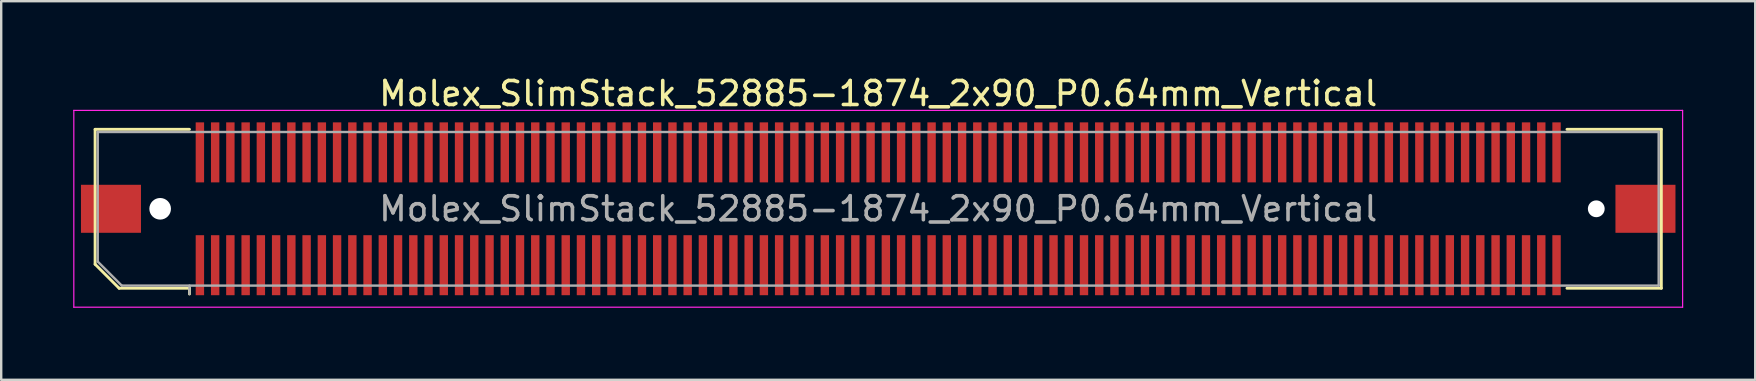
<source format=kicad_pcb>
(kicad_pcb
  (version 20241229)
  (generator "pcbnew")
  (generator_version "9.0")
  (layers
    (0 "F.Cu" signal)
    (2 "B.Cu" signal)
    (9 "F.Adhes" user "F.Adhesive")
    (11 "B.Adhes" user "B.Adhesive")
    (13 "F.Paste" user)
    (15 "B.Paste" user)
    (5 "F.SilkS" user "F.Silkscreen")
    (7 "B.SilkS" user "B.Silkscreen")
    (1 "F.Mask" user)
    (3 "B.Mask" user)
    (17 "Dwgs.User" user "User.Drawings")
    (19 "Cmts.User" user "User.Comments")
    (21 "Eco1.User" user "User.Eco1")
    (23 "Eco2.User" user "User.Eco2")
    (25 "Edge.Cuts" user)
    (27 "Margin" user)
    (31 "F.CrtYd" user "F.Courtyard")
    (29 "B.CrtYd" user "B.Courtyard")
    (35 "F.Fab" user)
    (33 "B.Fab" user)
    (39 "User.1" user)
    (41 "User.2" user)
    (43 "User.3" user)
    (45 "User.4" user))
  (footprint "Molex_SlimStack_52885-1874_2x90_P0.64mm_Vertical"
    (layer "F.Cu")
    (at 33.535 5.648)
    (property "Reference" "Molex_SlimStack_52885-1874_2x90_P0.64mm_Vertical" (at 0 -4.8 0) (layer "F.SilkS") (effects (font (size 1 1) (thickness 0.15))))
    (attr smd)
    (fp_line (start -32.623 -3.31) (end -28.692 -3.31) (stroke (width 0.12) (type solid)) (layer "F.SilkS"))
    (fp_line (start -32.623 2.31) (end -32.623 -3.31) (stroke (width 0.12) (type solid)) (layer "F.SilkS"))
    (fp_line (start -31.622 3.31) (end -32.623 2.31) (stroke (width 0.12) (type solid)) (layer "F.SilkS"))
    (fp_line (start -28.692 3.31) (end -31.622 3.31) (stroke (width 0.12) (type solid)) (layer "F.SilkS"))
    (fp_line (start -28.692 3.55) (end -28.692 3.31) (stroke (width 0.12) (type solid)) (layer "F.SilkS"))
    (fp_line (start 28.692 3.31) (end 32.623 3.31) (stroke (width 0.12) (type solid)) (layer "F.SilkS"))
    (fp_line (start 32.623 -3.31) (end 28.692 -3.31) (stroke (width 0.12) (type solid)) (layer "F.SilkS"))
    (fp_line (start 32.623 3.31) (end 32.623 -3.31) (stroke (width 0.12) (type solid)) (layer "F.SilkS"))
    (fp_line (start -33.51 -4.1) (end -33.51 4.1) (stroke (width 0.05) (type solid)) (layer "F.CrtYd"))
    (fp_line (start -33.51 4.1) (end 33.51 4.1) (stroke (width 0.05) (type solid)) (layer "F.CrtYd"))
    (fp_line (start 33.51 -4.1) (end -33.51 -4.1) (stroke (width 0.05) (type solid)) (layer "F.CrtYd"))
    (fp_line (start 33.51 4.1) (end 33.51 -4.1) (stroke (width 0.05) (type solid)) (layer "F.CrtYd"))
    (fp_line (start -32.513 -3.2) (end -32.513 2.2) (stroke (width 0.1) (type solid)) (layer "F.Fab"))
    (fp_line (start -32.513 2.2) (end -31.512 3.2) (stroke (width 0.1) (type solid)) (layer "F.Fab"))
    (fp_line (start -31.512 3.2) (end 32.513 3.2) (stroke (width 0.1) (type solid)) (layer "F.Fab"))
    (fp_line (start -28.692 3.2) (end -28.692 3.55) (stroke (width 0.1) (type solid)) (layer "F.Fab"))
    (fp_line (start 32.513 -3.2) (end -32.513 -3.2) (stroke (width 0.1) (type solid)) (layer "F.Fab"))
    (fp_line (start 32.513 3.2) (end 32.513 -3.2) (stroke (width 0.1) (type solid)) (layer "F.Fab"))
    (fp_text user "${REFERENCE}" (at 0 0 0) (layer "F.Fab") (effects (font (size 1 1) (thickness 0.15))))
    (pad "" smd rect (at -31.962 0) (size 2.5 2) (layers "F.Cu" "F.Mask" "F.Paste"))
    (pad "" np_thru_hole circle (at -29.913 0) (size 0.9 0.9) (drill 0.9) (layers "*.Cu" "*.Mask"))
    (pad "" np_thru_hole circle (at 29.913 0) (size 0.7 0.7) (drill 0.7) (layers "*.Cu" "*.Mask"))
    (pad "" smd rect (at 31.962 0) (size 2.5 2) (layers "F.Cu" "F.Mask" "F.Paste"))
    (pad "1" smd rect (at -28.258 2.35) (size 0.35 2.5) (layers "F.Cu" "F.Mask" "F.Paste"))
    (pad "2" smd rect (at -28.258 -2.35) (size 0.35 2.5) (layers "F.Cu" "F.Mask" "F.Paste"))
    (pad "3" smd rect (at -27.622 2.35) (size 0.35 2.5) (layers "F.Cu" "F.Mask" "F.Paste"))
    (pad "4" smd rect (at -27.622 -2.35) (size 0.35 2.5) (layers "F.Cu" "F.Mask" "F.Paste"))
    (pad "5" smd rect (at -26.988 2.35) (size 0.35 2.5) (layers "F.Cu" "F.Mask" "F.Paste"))
    (pad "6" smd rect (at -26.988 -2.35) (size 0.35 2.5) (layers "F.Cu" "F.Mask" "F.Paste"))
    (pad "7" smd rect (at -26.352 2.35) (size 0.35 2.5) (layers "F.Cu" "F.Mask" "F.Paste"))
    (pad "8" smd rect (at -26.352 -2.35) (size 0.35 2.5) (layers "F.Cu" "F.Mask" "F.Paste"))
    (pad "9" smd rect (at -25.718 2.35) (size 0.35 2.5) (layers "F.Cu" "F.Mask" "F.Paste"))
    (pad "10" smd rect (at -25.718 -2.35) (size 0.35 2.5) (layers "F.Cu" "F.Mask" "F.Paste"))
    (pad "11" smd rect (at -25.082 2.35) (size 0.35 2.5) (layers "F.Cu" "F.Mask" "F.Paste"))
    (pad "12" smd rect (at -25.082 -2.35) (size 0.35 2.5) (layers "F.Cu" "F.Mask" "F.Paste"))
    (pad "13" smd rect (at -24.448 2.35) (size 0.35 2.5) (layers "F.Cu" "F.Mask" "F.Paste"))
    (pad "14" smd rect (at -24.448 -2.35) (size 0.35 2.5) (layers "F.Cu" "F.Mask" "F.Paste"))
    (pad "15" smd rect (at -23.812 2.35) (size 0.35 2.5) (layers "F.Cu" "F.Mask" "F.Paste"))
    (pad "16" smd rect (at -23.812 -2.35) (size 0.35 2.5) (layers "F.Cu" "F.Mask" "F.Paste"))
    (pad "17" smd rect (at -23.177 2.35) (size 0.35 2.5) (layers "F.Cu" "F.Mask" "F.Paste"))
    (pad "18" smd rect (at -23.177 -2.35) (size 0.35 2.5) (layers "F.Cu" "F.Mask" "F.Paste"))
    (pad "19" smd rect (at -22.543 2.35) (size 0.35 2.5) (layers "F.Cu" "F.Mask" "F.Paste"))
    (pad "20" smd rect (at -22.543 -2.35) (size 0.35 2.5) (layers "F.Cu" "F.Mask" "F.Paste"))
    (pad "21" smd rect (at -21.907 2.35) (size 0.35 2.5) (layers "F.Cu" "F.Mask" "F.Paste"))
    (pad "22" smd rect (at -21.907 -2.35) (size 0.35 2.5) (layers "F.Cu" "F.Mask" "F.Paste"))
    (pad "23" smd rect (at -21.273 2.35) (size 0.35 2.5) (layers "F.Cu" "F.Mask" "F.Paste"))
    (pad "24" smd rect (at -21.273 -2.35) (size 0.35 2.5) (layers "F.Cu" "F.Mask" "F.Paste"))
    (pad "25" smd rect (at -20.637 2.35) (size 0.35 2.5) (layers "F.Cu" "F.Mask" "F.Paste"))
    (pad "26" smd rect (at -20.637 -2.35) (size 0.35 2.5) (layers "F.Cu" "F.Mask" "F.Paste"))
    (pad "27" smd rect (at -20.003 2.35) (size 0.35 2.5) (layers "F.Cu" "F.Mask" "F.Paste"))
    (pad "28" smd rect (at -20.003 -2.35) (size 0.35 2.5) (layers "F.Cu" "F.Mask" "F.Paste"))
    (pad "29" smd rect (at -19.367 2.35) (size 0.35 2.5) (layers "F.Cu" "F.Mask" "F.Paste"))
    (pad "30" smd rect (at -19.367 -2.35) (size 0.35 2.5) (layers "F.Cu" "F.Mask" "F.Paste"))
    (pad "31" smd rect (at -18.733 2.35) (size 0.35 2.5) (layers "F.Cu" "F.Mask" "F.Paste"))
    (pad "32" smd rect (at -18.733 -2.35) (size 0.35 2.5) (layers "F.Cu" "F.Mask" "F.Paste"))
    (pad "33" smd rect (at -18.098 2.35) (size 0.35 2.5) (layers "F.Cu" "F.Mask" "F.Paste"))
    (pad "34" smd rect (at -18.098 -2.35) (size 0.35 2.5) (layers "F.Cu" "F.Mask" "F.Paste"))
    (pad "35" smd rect (at -17.462 2.35) (size 0.35 2.5) (layers "F.Cu" "F.Mask" "F.Paste"))
    (pad "36" smd rect (at -17.462 -2.35) (size 0.35 2.5) (layers "F.Cu" "F.Mask" "F.Paste"))
    (pad "37" smd rect (at -16.828 2.35) (size 0.35 2.5) (layers "F.Cu" "F.Mask" "F.Paste"))
    (pad "38" smd rect (at -16.828 -2.35) (size 0.35 2.5) (layers "F.Cu" "F.Mask" "F.Paste"))
    (pad "39" smd rect (at -16.192 2.35) (size 0.35 2.5) (layers "F.Cu" "F.Mask" "F.Paste"))
    (pad "40" smd rect (at -16.192 -2.35) (size 0.35 2.5) (layers "F.Cu" "F.Mask" "F.Paste"))
    (pad "41" smd rect (at -15.557 2.35) (size 0.35 2.5) (layers "F.Cu" "F.Mask" "F.Paste"))
    (pad "42" smd rect (at -15.557 -2.35) (size 0.35 2.5) (layers "F.Cu" "F.Mask" "F.Paste"))
    (pad "43" smd rect (at -14.922 2.35) (size 0.35 2.5) (layers "F.Cu" "F.Mask" "F.Paste"))
    (pad "44" smd rect (at -14.922 -2.35) (size 0.35 2.5) (layers "F.Cu" "F.Mask" "F.Paste"))
    (pad "45" smd rect (at -14.287 2.35) (size 0.35 2.5) (layers "F.Cu" "F.Mask" "F.Paste"))
    (pad "46" smd rect (at -14.287 -2.35) (size 0.35 2.5) (layers "F.Cu" "F.Mask" "F.Paste"))
    (pad "47" smd rect (at -13.652 2.35) (size 0.35 2.5) (layers "F.Cu" "F.Mask" "F.Paste"))
    (pad "48" smd rect (at -13.652 -2.35) (size 0.35 2.5) (layers "F.Cu" "F.Mask" "F.Paste"))
    (pad "49" smd rect (at -13.018 2.35) (size 0.35 2.5) (layers "F.Cu" "F.Mask" "F.Paste"))
    (pad "50" smd rect (at -13.018 -2.35) (size 0.35 2.5) (layers "F.Cu" "F.Mask" "F.Paste"))
    (pad "51" smd rect (at -12.383 2.35) (size 0.35 2.5) (layers "F.Cu" "F.Mask" "F.Paste"))
    (pad "52" smd rect (at -12.383 -2.35) (size 0.35 2.5) (layers "F.Cu" "F.Mask" "F.Paste"))
    (pad "53" smd rect (at -11.748 2.35) (size 0.35 2.5) (layers "F.Cu" "F.Mask" "F.Paste"))
    (pad "54" smd rect (at -11.748 -2.35) (size 0.35 2.5) (layers "F.Cu" "F.Mask" "F.Paste"))
    (pad "55" smd rect (at -11.113 2.35) (size 0.35 2.5) (layers "F.Cu" "F.Mask" "F.Paste"))
    (pad "56" smd rect (at -11.113 -2.35) (size 0.35 2.5) (layers "F.Cu" "F.Mask" "F.Paste"))
    (pad "57" smd rect (at -10.477 2.35) (size 0.35 2.5) (layers "F.Cu" "F.Mask" "F.Paste"))
    (pad "58" smd rect (at -10.477 -2.35) (size 0.35 2.5) (layers "F.Cu" "F.Mask" "F.Paste"))
    (pad "59" smd rect (at -9.842 2.35) (size 0.35 2.5) (layers "F.Cu" "F.Mask" "F.Paste"))
    (pad "60" smd rect (at -9.842 -2.35) (size 0.35 2.5) (layers "F.Cu" "F.Mask" "F.Paste"))
    (pad "61" smd rect (at -9.207 2.35) (size 0.35 2.5) (layers "F.Cu" "F.Mask" "F.Paste"))
    (pad "62" smd rect (at -9.207 -2.35) (size 0.35 2.5) (layers "F.Cu" "F.Mask" "F.Paste"))
    (pad "63" smd rect (at -8.572 2.35) (size 0.35 2.5) (layers "F.Cu" "F.Mask" "F.Paste"))
    (pad "64" smd rect (at -8.572 -2.35) (size 0.35 2.5) (layers "F.Cu" "F.Mask" "F.Paste"))
    (pad "65" smd rect (at -7.938 2.35) (size 0.35 2.5) (layers "F.Cu" "F.Mask" "F.Paste"))
    (pad "66" smd rect (at -7.938 -2.35) (size 0.35 2.5) (layers "F.Cu" "F.Mask" "F.Paste"))
    (pad "67" smd rect (at -7.303 2.35) (size 0.35 2.5) (layers "F.Cu" "F.Mask" "F.Paste"))
    (pad "68" smd rect (at -7.303 -2.35) (size 0.35 2.5) (layers "F.Cu" "F.Mask" "F.Paste"))
    (pad "69" smd rect (at -6.668 2.35) (size 0.35 2.5) (layers "F.Cu" "F.Mask" "F.Paste"))
    (pad "70" smd rect (at -6.668 -2.35) (size 0.35 2.5) (layers "F.Cu" "F.Mask" "F.Paste"))
    (pad "71" smd rect (at -6.032 2.35) (size 0.35 2.5) (layers "F.Cu" "F.Mask" "F.Paste"))
    (pad "72" smd rect (at -6.032 -2.35) (size 0.35 2.5) (layers "F.Cu" "F.Mask" "F.Paste"))
    (pad "73" smd rect (at -5.397 2.35) (size 0.35 2.5) (layers "F.Cu" "F.Mask" "F.Paste"))
    (pad "74" smd rect (at -5.397 -2.35) (size 0.35 2.5) (layers "F.Cu" "F.Mask" "F.Paste"))
    (pad "75" smd rect (at -4.763 2.35) (size 0.35 2.5) (layers "F.Cu" "F.Mask" "F.Paste"))
    (pad "76" smd rect (at -4.763 -2.35) (size 0.35 2.5) (layers "F.Cu" "F.Mask" "F.Paste"))
    (pad "77" smd rect (at -4.128 2.35) (size 0.35 2.5) (layers "F.Cu" "F.Mask" "F.Paste"))
    (pad "78" smd rect (at -4.128 -2.35) (size 0.35 2.5) (layers "F.Cu" "F.Mask" "F.Paste"))
    (pad "79" smd rect (at -3.493 2.35) (size 0.35 2.5) (layers "F.Cu" "F.Mask" "F.Paste"))
    (pad "80" smd rect (at -3.493 -2.35) (size 0.35 2.5) (layers "F.Cu" "F.Mask" "F.Paste"))
    (pad "81" smd rect (at -2.857 2.35) (size 0.35 2.5) (layers "F.Cu" "F.Mask" "F.Paste"))
    (pad "82" smd rect (at -2.857 -2.35) (size 0.35 2.5) (layers "F.Cu" "F.Mask" "F.Paste"))
    (pad "83" smd rect (at -2.223 2.35) (size 0.35 2.5) (layers "F.Cu" "F.Mask" "F.Paste"))
    (pad "84" smd rect (at -2.223 -2.35) (size 0.35 2.5) (layers "F.Cu" "F.Mask" "F.Paste"))
    (pad "85" smd rect (at -1.587 2.35) (size 0.35 2.5) (layers "F.Cu" "F.Mask" "F.Paste"))
    (pad "86" smd rect (at -1.587 -2.35) (size 0.35 2.5) (layers "F.Cu" "F.Mask" "F.Paste"))
    (pad "87" smd rect (at -0.953 2.35) (size 0.35 2.5) (layers "F.Cu" "F.Mask" "F.Paste"))
    (pad "88" smd rect (at -0.953 -2.35) (size 0.35 2.5) (layers "F.Cu" "F.Mask" "F.Paste"))
    (pad "89" smd rect (at -0.318 2.35) (size 0.35 2.5) (layers "F.Cu" "F.Mask" "F.Paste"))
    (pad "90" smd rect (at -0.318 -2.35) (size 0.35 2.5) (layers "F.Cu" "F.Mask" "F.Paste"))
    (pad "91" smd rect (at 0.318 2.35) (size 0.35 2.5) (layers "F.Cu" "F.Mask" "F.Paste"))
    (pad "92" smd rect (at 0.318 -2.35) (size 0.35 2.5) (layers "F.Cu" "F.Mask" "F.Paste"))
    (pad "93" smd rect (at 0.953 2.35) (size 0.35 2.5) (layers "F.Cu" "F.Mask" "F.Paste"))
    (pad "94" smd rect (at 0.953 -2.35) (size 0.35 2.5) (layers "F.Cu" "F.Mask" "F.Paste"))
    (pad "95" smd rect (at 1.587 2.35) (size 0.35 2.5) (layers "F.Cu" "F.Mask" "F.Paste"))
    (pad "96" smd rect (at 1.587 -2.35) (size 0.35 2.5) (layers "F.Cu" "F.Mask" "F.Paste"))
    (pad "97" smd rect (at 2.223 2.35) (size 0.35 2.5) (layers "F.Cu" "F.Mask" "F.Paste"))
    (pad "98" smd rect (at 2.223 -2.35) (size 0.35 2.5) (layers "F.Cu" "F.Mask" "F.Paste"))
    (pad "99" smd rect (at 2.857 2.35) (size 0.35 2.5) (layers "F.Cu" "F.Mask" "F.Paste"))
    (pad "100" smd rect (at 2.857 -2.35) (size 0.35 2.5) (layers "F.Cu" "F.Mask" "F.Paste"))
    (pad "101" smd rect (at 3.493 2.35) (size 0.35 2.5) (layers "F.Cu" "F.Mask" "F.Paste"))
    (pad "102" smd rect (at 3.493 -2.35) (size 0.35 2.5) (layers "F.Cu" "F.Mask" "F.Paste"))
    (pad "103" smd rect (at 4.128 2.35) (size 0.35 2.5) (layers "F.Cu" "F.Mask" "F.Paste"))
    (pad "104" smd rect (at 4.128 -2.35) (size 0.35 2.5) (layers "F.Cu" "F.Mask" "F.Paste"))
    (pad "105" smd rect (at 4.763 2.35) (size 0.35 2.5) (layers "F.Cu" "F.Mask" "F.Paste"))
    (pad "106" smd rect (at 4.763 -2.35) (size 0.35 2.5) (layers "F.Cu" "F.Mask" "F.Paste"))
    (pad "107" smd rect (at 5.397 2.35) (size 0.35 2.5) (layers "F.Cu" "F.Mask" "F.Paste"))
    (pad "108" smd rect (at 5.397 -2.35) (size 0.35 2.5) (layers "F.Cu" "F.Mask" "F.Paste"))
    (pad "109" smd rect (at 6.032 2.35) (size 0.35 2.5) (layers "F.Cu" "F.Mask" "F.Paste"))
    (pad "110" smd rect (at 6.032 -2.35) (size 0.35 2.5) (layers "F.Cu" "F.Mask" "F.Paste"))
    (pad "111" smd rect (at 6.668 2.35) (size 0.35 2.5) (layers "F.Cu" "F.Mask" "F.Paste"))
    (pad "112" smd rect (at 6.668 -2.35) (size 0.35 2.5) (layers "F.Cu" "F.Mask" "F.Paste"))
    (pad "113" smd rect (at 7.303 2.35) (size 0.35 2.5) (layers "F.Cu" "F.Mask" "F.Paste"))
    (pad "114" smd rect (at 7.303 -2.35) (size 0.35 2.5) (layers "F.Cu" "F.Mask" "F.Paste"))
    (pad "115" smd rect (at 7.938 2.35) (size 0.35 2.5) (layers "F.Cu" "F.Mask" "F.Paste"))
    (pad "116" smd rect (at 7.938 -2.35) (size 0.35 2.5) (layers "F.Cu" "F.Mask" "F.Paste"))
    (pad "117" smd rect (at 8.572 2.35) (size 0.35 2.5) (layers "F.Cu" "F.Mask" "F.Paste"))
    (pad "118" smd rect (at 8.572 -2.35) (size 0.35 2.5) (layers "F.Cu" "F.Mask" "F.Paste"))
    (pad "119" smd rect (at 9.207 2.35) (size 0.35 2.5) (layers "F.Cu" "F.Mask" "F.Paste"))
    (pad "120" smd rect (at 9.207 -2.35) (size 0.35 2.5) (layers "F.Cu" "F.Mask" "F.Paste"))
    (pad "121" smd rect (at 9.842 2.35) (size 0.35 2.5) (layers "F.Cu" "F.Mask" "F.Paste"))
    (pad "122" smd rect (at 9.842 -2.35) (size 0.35 2.5) (layers "F.Cu" "F.Mask" "F.Paste"))
    (pad "123" smd rect (at 10.477 2.35) (size 0.35 2.5) (layers "F.Cu" "F.Mask" "F.Paste"))
    (pad "124" smd rect (at 10.477 -2.35) (size 0.35 2.5) (layers "F.Cu" "F.Mask" "F.Paste"))
    (pad "125" smd rect (at 11.113 2.35) (size 0.35 2.5) (layers "F.Cu" "F.Mask" "F.Paste"))
    (pad "126" smd rect (at 11.113 -2.35) (size 0.35 2.5) (layers "F.Cu" "F.Mask" "F.Paste"))
    (pad "127" smd rect (at 11.748 2.35) (size 0.35 2.5) (layers "F.Cu" "F.Mask" "F.Paste"))
    (pad "128" smd rect (at 11.748 -2.35) (size 0.35 2.5) (layers "F.Cu" "F.Mask" "F.Paste"))
    (pad "129" smd rect (at 12.383 2.35) (size 0.35 2.5) (layers "F.Cu" "F.Mask" "F.Paste"))
    (pad "130" smd rect (at 12.383 -2.35) (size 0.35 2.5) (layers "F.Cu" "F.Mask" "F.Paste"))
    (pad "131" smd rect (at 13.018 2.35) (size 0.35 2.5) (layers "F.Cu" "F.Mask" "F.Paste"))
    (pad "132" smd rect (at 13.018 -2.35) (size 0.35 2.5) (layers "F.Cu" "F.Mask" "F.Paste"))
    (pad "133" smd rect (at 13.652 2.35) (size 0.35 2.5) (layers "F.Cu" "F.Mask" "F.Paste"))
    (pad "134" smd rect (at 13.652 -2.35) (size 0.35 2.5) (layers "F.Cu" "F.Mask" "F.Paste"))
    (pad "135" smd rect (at 14.287 2.35) (size 0.35 2.5) (layers "F.Cu" "F.Mask" "F.Paste"))
    (pad "136" smd rect (at 14.287 -2.35) (size 0.35 2.5) (layers "F.Cu" "F.Mask" "F.Paste"))
    (pad "137" smd rect (at 14.922 2.35) (size 0.35 2.5) (layers "F.Cu" "F.Mask" "F.Paste"))
    (pad "138" smd rect (at 14.922 -2.35) (size 0.35 2.5) (layers "F.Cu" "F.Mask" "F.Paste"))
    (pad "139" smd rect (at 15.557 2.35) (size 0.35 2.5) (layers "F.Cu" "F.Mask" "F.Paste"))
    (pad "140" smd rect (at 15.557 -2.35) (size 0.35 2.5) (layers "F.Cu" "F.Mask" "F.Paste"))
    (pad "141" smd rect (at 16.192 2.35) (size 0.35 2.5) (layers "F.Cu" "F.Mask" "F.Paste"))
    (pad "142" smd rect (at 16.192 -2.35) (size 0.35 2.5) (layers "F.Cu" "F.Mask" "F.Paste"))
    (pad "143" smd rect (at 16.828 2.35) (size 0.35 2.5) (layers "F.Cu" "F.Mask" "F.Paste"))
    (pad "144" smd rect (at 16.828 -2.35) (size 0.35 2.5) (layers "F.Cu" "F.Mask" "F.Paste"))
    (pad "145" smd rect (at 17.462 2.35) (size 0.35 2.5) (layers "F.Cu" "F.Mask" "F.Paste"))
    (pad "146" smd rect (at 17.462 -2.35) (size 0.35 2.5) (layers "F.Cu" "F.Mask" "F.Paste"))
    (pad "147" smd rect (at 18.098 2.35) (size 0.35 2.5) (layers "F.Cu" "F.Mask" "F.Paste"))
    (pad "148" smd rect (at 18.098 -2.35) (size 0.35 2.5) (layers "F.Cu" "F.Mask" "F.Paste"))
    (pad "149" smd rect (at 18.733 2.35) (size 0.35 2.5) (layers "F.Cu" "F.Mask" "F.Paste"))
    (pad "150" smd rect (at 18.733 -2.35) (size 0.35 2.5) (layers "F.Cu" "F.Mask" "F.Paste"))
    (pad "151" smd rect (at 19.367 2.35) (size 0.35 2.5) (layers "F.Cu" "F.Mask" "F.Paste"))
    (pad "152" smd rect (at 19.367 -2.35) (size 0.35 2.5) (layers "F.Cu" "F.Mask" "F.Paste"))
    (pad "153" smd rect (at 20.003 2.35) (size 0.35 2.5) (layers "F.Cu" "F.Mask" "F.Paste"))
    (pad "154" smd rect (at 20.003 -2.35) (size 0.35 2.5) (layers "F.Cu" "F.Mask" "F.Paste"))
    (pad "155" smd rect (at 20.637 2.35) (size 0.35 2.5) (layers "F.Cu" "F.Mask" "F.Paste"))
    (pad "156" smd rect (at 20.637 -2.35) (size 0.35 2.5) (layers "F.Cu" "F.Mask" "F.Paste"))
    (pad "157" smd rect (at 21.273 2.35) (size 0.35 2.5) (layers "F.Cu" "F.Mask" "F.Paste"))
    (pad "158" smd rect (at 21.273 -2.35) (size 0.35 2.5) (layers "F.Cu" "F.Mask" "F.Paste"))
    (pad "159" smd rect (at 21.907 2.35) (size 0.35 2.5) (layers "F.Cu" "F.Mask" "F.Paste"))
    (pad "160" smd rect (at 21.907 -2.35) (size 0.35 2.5) (layers "F.Cu" "F.Mask" "F.Paste"))
    (pad "161" smd rect (at 22.543 2.35) (size 0.35 2.5) (layers "F.Cu" "F.Mask" "F.Paste"))
    (pad "162" smd rect (at 22.543 -2.35) (size 0.35 2.5) (layers "F.Cu" "F.Mask" "F.Paste"))
    (pad "163" smd rect (at 23.177 2.35) (size 0.35 2.5) (layers "F.Cu" "F.Mask" "F.Paste"))
    (pad "164" smd rect (at 23.177 -2.35) (size 0.35 2.5) (layers "F.Cu" "F.Mask" "F.Paste"))
    (pad "165" smd rect (at 23.812 2.35) (size 0.35 2.5) (layers "F.Cu" "F.Mask" "F.Paste"))
    (pad "166" smd rect (at 23.812 -2.35) (size 0.35 2.5) (layers "F.Cu" "F.Mask" "F.Paste"))
    (pad "167" smd rect (at 24.448 2.35) (size 0.35 2.5) (layers "F.Cu" "F.Mask" "F.Paste"))
    (pad "168" smd rect (at 24.448 -2.35) (size 0.35 2.5) (layers "F.Cu" "F.Mask" "F.Paste"))
    (pad "169" smd rect (at 25.082 2.35) (size 0.35 2.5) (layers "F.Cu" "F.Mask" "F.Paste"))
    (pad "170" smd rect (at 25.082 -2.35) (size 0.35 2.5) (layers "F.Cu" "F.Mask" "F.Paste"))
    (pad "171" smd rect (at 25.718 2.35) (size 0.35 2.5) (layers "F.Cu" "F.Mask" "F.Paste"))
    (pad "172" smd rect (at 25.718 -2.35) (size 0.35 2.5) (layers "F.Cu" "F.Mask" "F.Paste"))
    (pad "173" smd rect (at 26.352 2.35) (size 0.35 2.5) (layers "F.Cu" "F.Mask" "F.Paste"))
    (pad "174" smd rect (at 26.352 -2.35) (size 0.35 2.5) (layers "F.Cu" "F.Mask" "F.Paste"))
    (pad "175" smd rect (at 26.988 2.35) (size 0.35 2.5) (layers "F.Cu" "F.Mask" "F.Paste"))
    (pad "176" smd rect (at 26.988 -2.35) (size 0.35 2.5) (layers "F.Cu" "F.Mask" "F.Paste"))
    (pad "177" smd rect (at 27.622 2.35) (size 0.35 2.5) (layers "F.Cu" "F.Mask" "F.Paste"))
    (pad "178" smd rect (at 27.622 -2.35) (size 0.35 2.5) (layers "F.Cu" "F.Mask" "F.Paste"))
    (pad "179" smd rect (at 28.258 2.35) (size 0.35 2.5) (layers "F.Cu" "F.Mask" "F.Paste"))
    (pad "180" smd rect (at 28.258 -2.35) (size 0.35 2.5) (layers "F.Cu" "F.Mask" "F.Paste")))
  (gr_rect
    (start -3 -3)
    (end 70.07 12.773)
    (stroke (width 0.1) (type default))
    (fill no)
    (layer "Edge.Cuts")))
</source>
